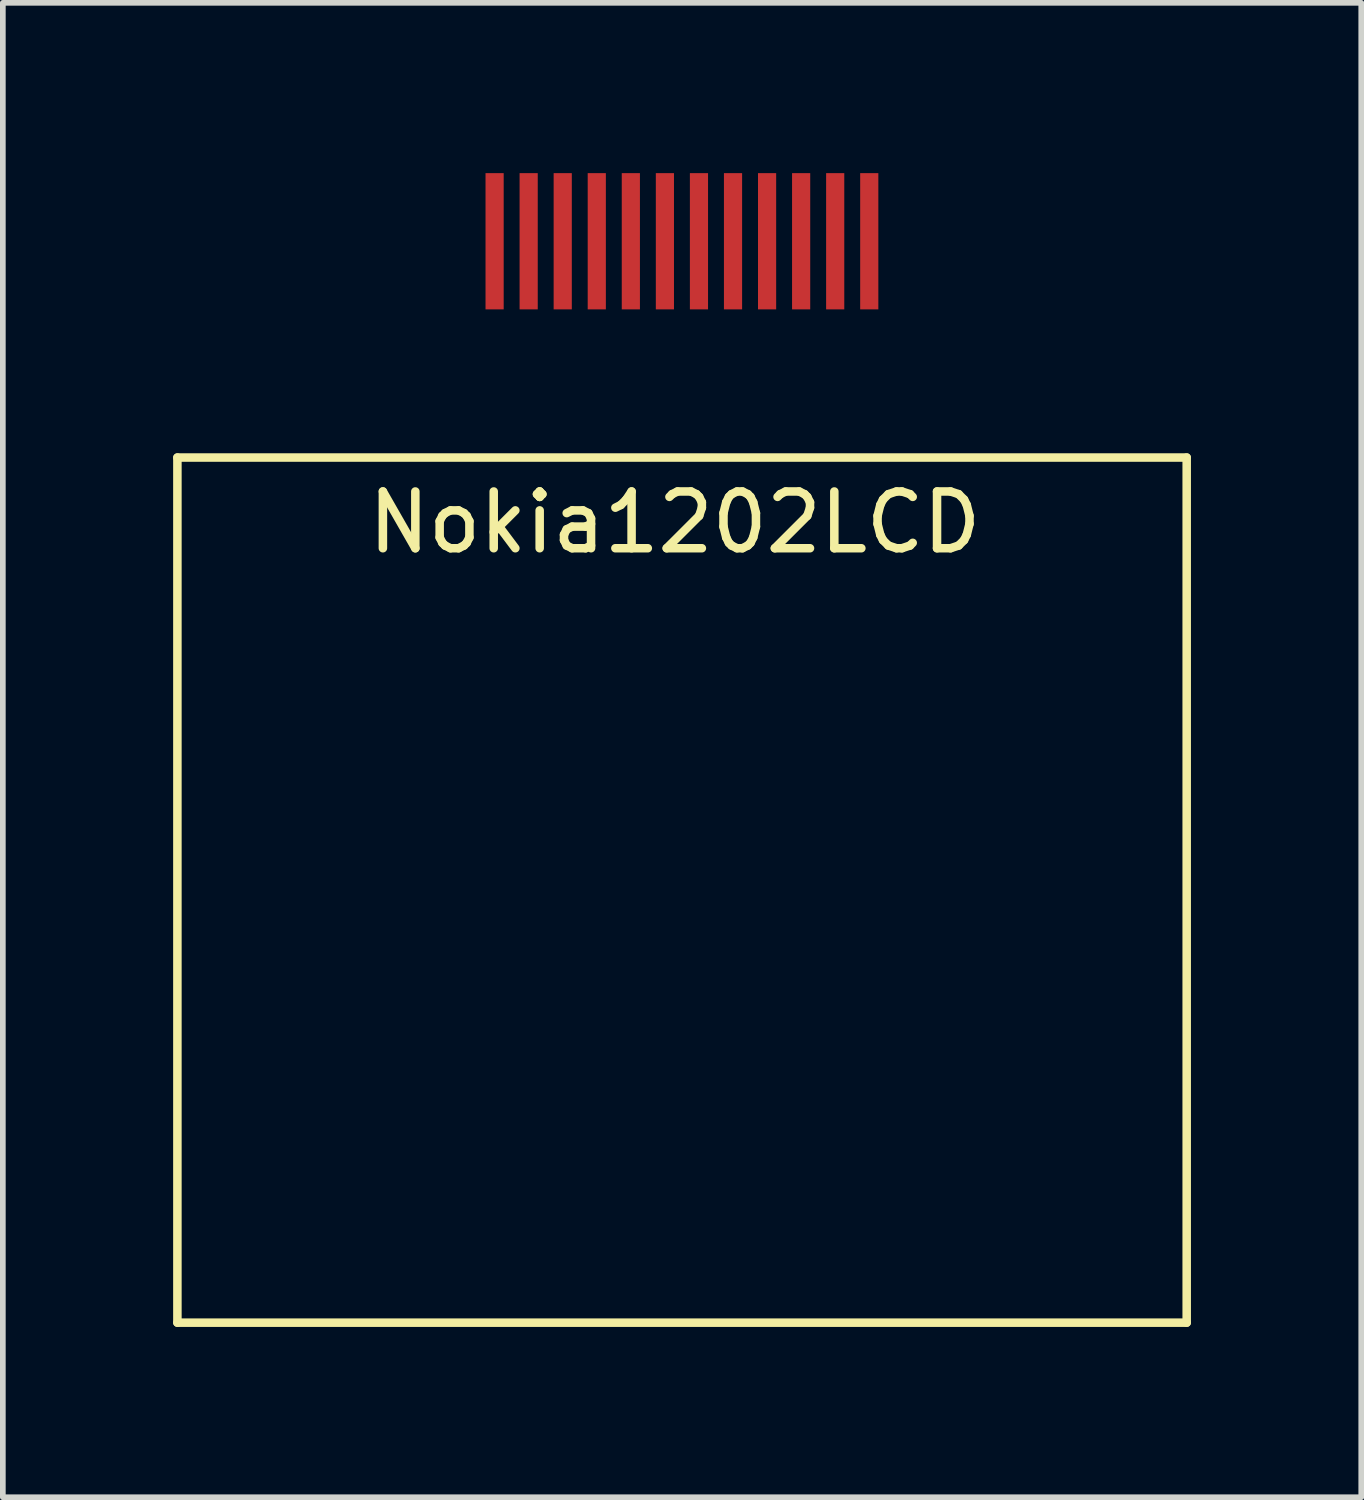
<source format=kicad_pcb>
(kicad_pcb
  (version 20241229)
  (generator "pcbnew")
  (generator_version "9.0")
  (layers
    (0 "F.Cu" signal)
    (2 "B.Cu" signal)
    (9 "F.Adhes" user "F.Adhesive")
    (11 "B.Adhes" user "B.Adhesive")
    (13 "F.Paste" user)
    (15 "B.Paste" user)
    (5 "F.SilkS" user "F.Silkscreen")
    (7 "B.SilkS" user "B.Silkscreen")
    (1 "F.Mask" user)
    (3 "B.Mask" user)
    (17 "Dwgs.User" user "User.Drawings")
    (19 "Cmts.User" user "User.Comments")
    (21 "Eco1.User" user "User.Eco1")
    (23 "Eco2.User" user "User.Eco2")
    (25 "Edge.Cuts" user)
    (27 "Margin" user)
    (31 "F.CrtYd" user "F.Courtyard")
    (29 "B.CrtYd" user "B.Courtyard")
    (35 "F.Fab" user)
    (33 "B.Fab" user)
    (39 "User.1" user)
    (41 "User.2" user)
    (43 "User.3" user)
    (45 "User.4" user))
  (footprint "Nokia1202LCD"
    (layer "F.Cu")
    (at 8.965 1.2)
    (property "Reference" "Nokia1202LCD" (at -0.127 4.953 0) (layer "F.SilkS") (effects (font (size 1 1) (thickness 0.15))))
    (attr through_hole)
    (fp_line (start -8.89 3.81) (end 8.89 3.81) (stroke (width 0.15) (type solid)) (layer "F.SilkS"))
    (fp_line (start -8.89 19.05) (end -8.89 3.81) (stroke (width 0.15) (type solid)) (layer "F.SilkS"))
    (fp_line (start 8.89 3.81) (end 8.89 19.05) (stroke (width 0.15) (type solid)) (layer "F.SilkS"))
    (fp_line (start 8.89 19.05) (end -8.89 19.05) (stroke (width 0.15) (type solid)) (layer "F.SilkS"))
    (pad "1" smd rect (at -3.302 0) (size 0.32 2.4) (layers "F.Cu" "F.Mask" "F.Paste"))
    (pad "2" smd rect (at -2.702 0) (size 0.32 2.4) (layers "F.Cu" "F.Mask" "F.Paste"))
    (pad "3" smd rect (at -2.102 0) (size 0.32 2.4) (layers "F.Cu" "F.Mask" "F.Paste"))
    (pad "4" smd rect (at -1.502 0) (size 0.32 2.4) (layers "F.Cu" "F.Mask" "F.Paste"))
    (pad "5" smd rect (at -0.902 0) (size 0.32 2.4) (layers "F.Cu" "F.Mask" "F.Paste"))
    (pad "6" smd rect (at -0.302 0) (size 0.32 2.4) (layers "F.Cu" "F.Mask" "F.Paste"))
    (pad "7" smd rect (at 0.298 0) (size 0.32 2.4) (layers "F.Cu" "F.Mask" "F.Paste"))
    (pad "8" smd rect (at 0.898 0) (size 0.32 2.4) (layers "F.Cu" "F.Mask" "F.Paste"))
    (pad "9" smd rect (at 1.498 0) (size 0.32 2.4) (layers "F.Cu" "F.Mask" "F.Paste"))
    (pad "10" smd rect (at 2.098 0) (size 0.32 2.4) (layers "F.Cu" "F.Mask" "F.Paste"))
    (pad "11" smd rect (at 2.698 0) (size 0.32 2.4) (layers "F.Cu" "F.Mask" "F.Paste"))
    (pad "12" smd rect (at 3.298 0) (size 0.32 2.4) (layers "F.Cu" "F.Mask" "F.Paste")))
  (gr_rect
    (start -3 -3)
    (end 20.93 23.325)
    (stroke (width 0.1) (type default))
    (fill no)
    (layer "Edge.Cuts")))
</source>
